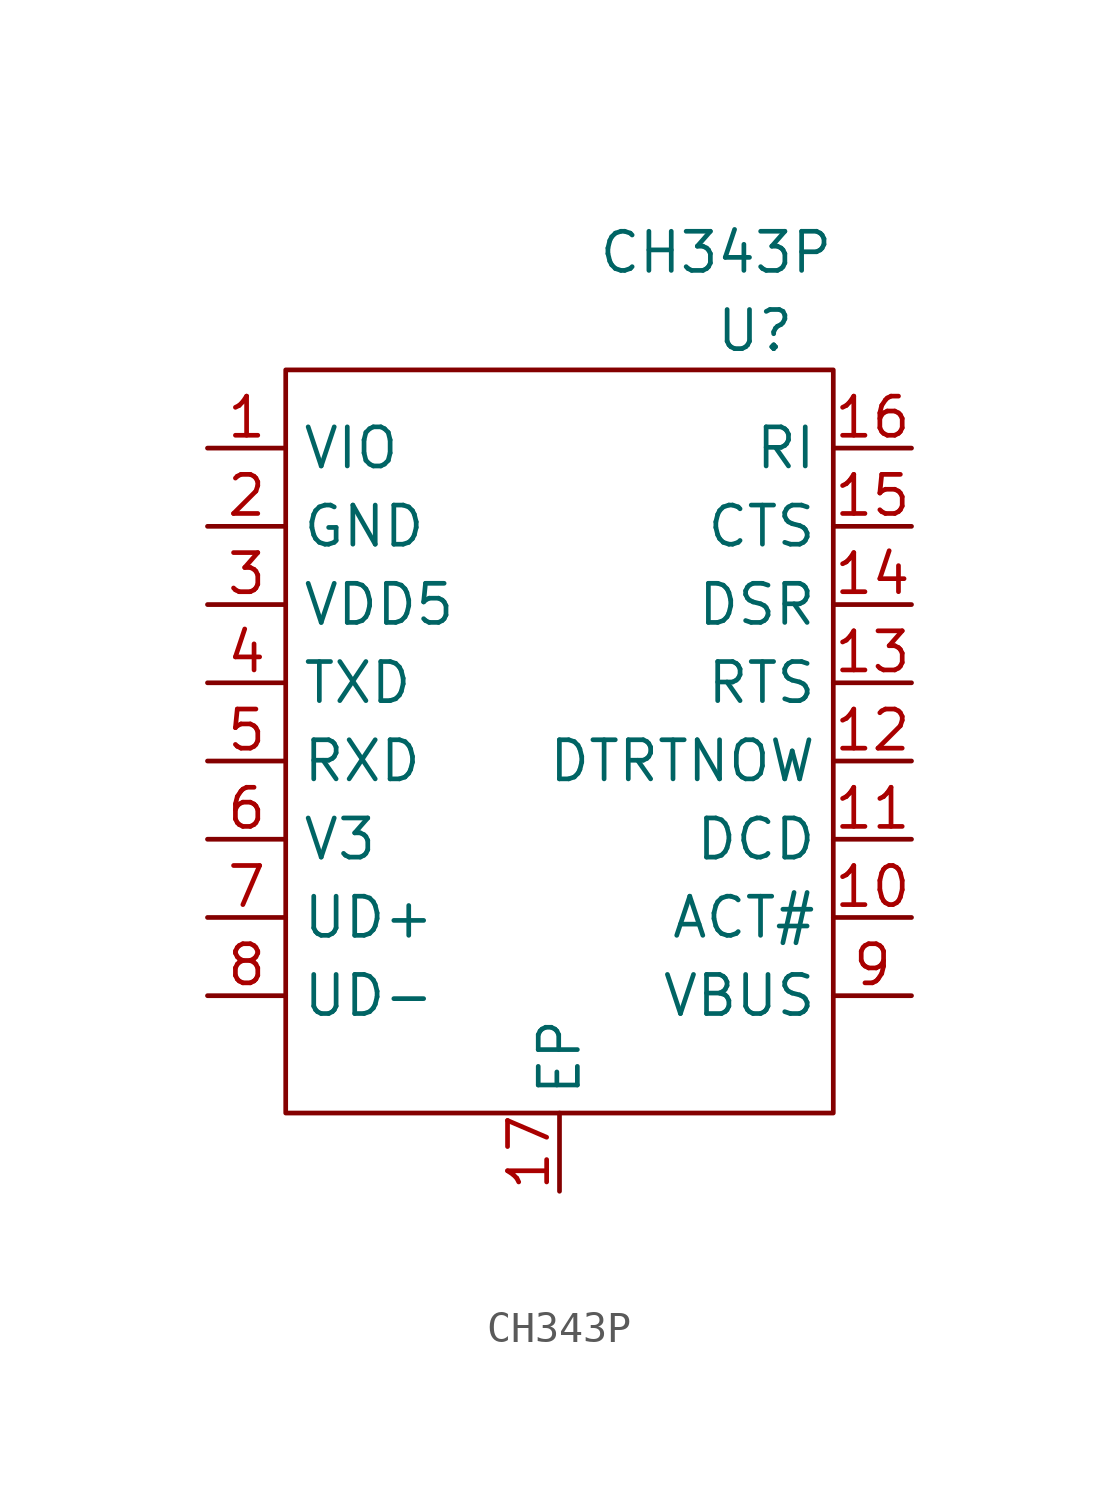
<source format=kicad_sym>
(kicad_symbol_lib
  (version 20211014)
  (generator kicad_symbol_editor)
  (symbol "CH343P"
    (property "Reference" "U"
      (at 15.24 1.27 0)
      (effects (font (size 1.27 1.27))))
    (property "Value" "CH343P"
      (at 13.97 3.81 0)
      (effects (font (size 1.27 1.27))))
    (symbol "CH343P_0_1"
      (rectangle (start 0 0) (end 17.78 -24.13) (stroke (width 0) (type default) (color 0 0 0 0)) (fill (type none))))
    (symbol "CH343P_1_1"
      (pin input line (at -2.54 -2.54 0) (length 2.54) (name "VIO" (effects (font (size 1.27 1.27)))) (number "1" (effects (font (size 1.27 1.27)))))
      (pin input line (at 20.32 -17.78 180) (length 2.54) (name "ACT#" (effects (font (size 1.27 1.27)))) (number "10" (effects (font (size 1.27 1.27)))))
      (pin input line (at 20.32 -15.24 180) (length 2.54) (name "DCD" (effects (font (size 1.27 1.27)))) (number "11" (effects (font (size 1.27 1.27)))))
      (pin input line (at 20.32 -12.7 180) (length 2.54) (name "DTRTNOW" (effects (font (size 1.27 1.27)))) (number "12" (effects (font (size 1.27 1.27)))))
      (pin input line (at 20.32 -10.16 180) (length 2.54) (name "RTS" (effects (font (size 1.27 1.27)))) (number "13" (effects (font (size 1.27 1.27)))))
      (pin input line (at 20.32 -7.62 180) (length 2.54) (name "DSR" (effects (font (size 1.27 1.27)))) (number "14" (effects (font (size 1.27 1.27)))))
      (pin input line (at 20.32 -5.08 180) (length 2.54) (name "CTS" (effects (font (size 1.27 1.27)))) (number "15" (effects (font (size 1.27 1.27)))))
      (pin input line (at 20.32 -2.54 180) (length 2.54) (name "RI" (effects (font (size 1.27 1.27)))) (number "16" (effects (font (size 1.27 1.27)))))
      (pin input line (at 8.89 -26.67 90) (length 2.54) (name "EP" (effects (font (size 1.27 1.27)))) (number "17" (effects (font (size 1.27 1.27)))))
      (pin input line (at -2.54 -5.08 0) (length 2.54) (name "GND" (effects (font (size 1.27 1.27)))) (number "2" (effects (font (size 1.27 1.27)))))
      (pin input line (at -2.54 -7.62 0) (length 2.54) (name "VDD5" (effects (font (size 1.27 1.27)))) (number "3" (effects (font (size 1.27 1.27)))))
      (pin input line (at -2.54 -10.16 0) (length 2.54) (name "TXD" (effects (font (size 1.27 1.27)))) (number "4" (effects (font (size 1.27 1.27)))))
      (pin input line (at -2.54 -12.7 0) (length 2.54) (name "RXD" (effects (font (size 1.27 1.27)))) (number "5" (effects (font (size 1.27 1.27)))))
      (pin input line (at -2.54 -15.24 0) (length 2.54) (name "V3" (effects (font (size 1.27 1.27)))) (number "6" (effects (font (size 1.27 1.27)))))
      (pin input line (at -2.54 -17.78 0) (length 2.54) (name "UD+" (effects (font (size 1.27 1.27)))) (number "7" (effects (font (size 1.27 1.27)))))
      (pin input line (at -2.54 -20.32 0) (length 2.54) (name "UD-" (effects (font (size 1.27 1.27)))) (number "8" (effects (font (size 1.27 1.27)))))
      (pin input line (at 20.32 -20.32 180) (length 2.54) (name "VBUS" (effects (font (size 1.27 1.27)))) (number "9" (effects (font (size 1.27 1.27))))))))
</source>
